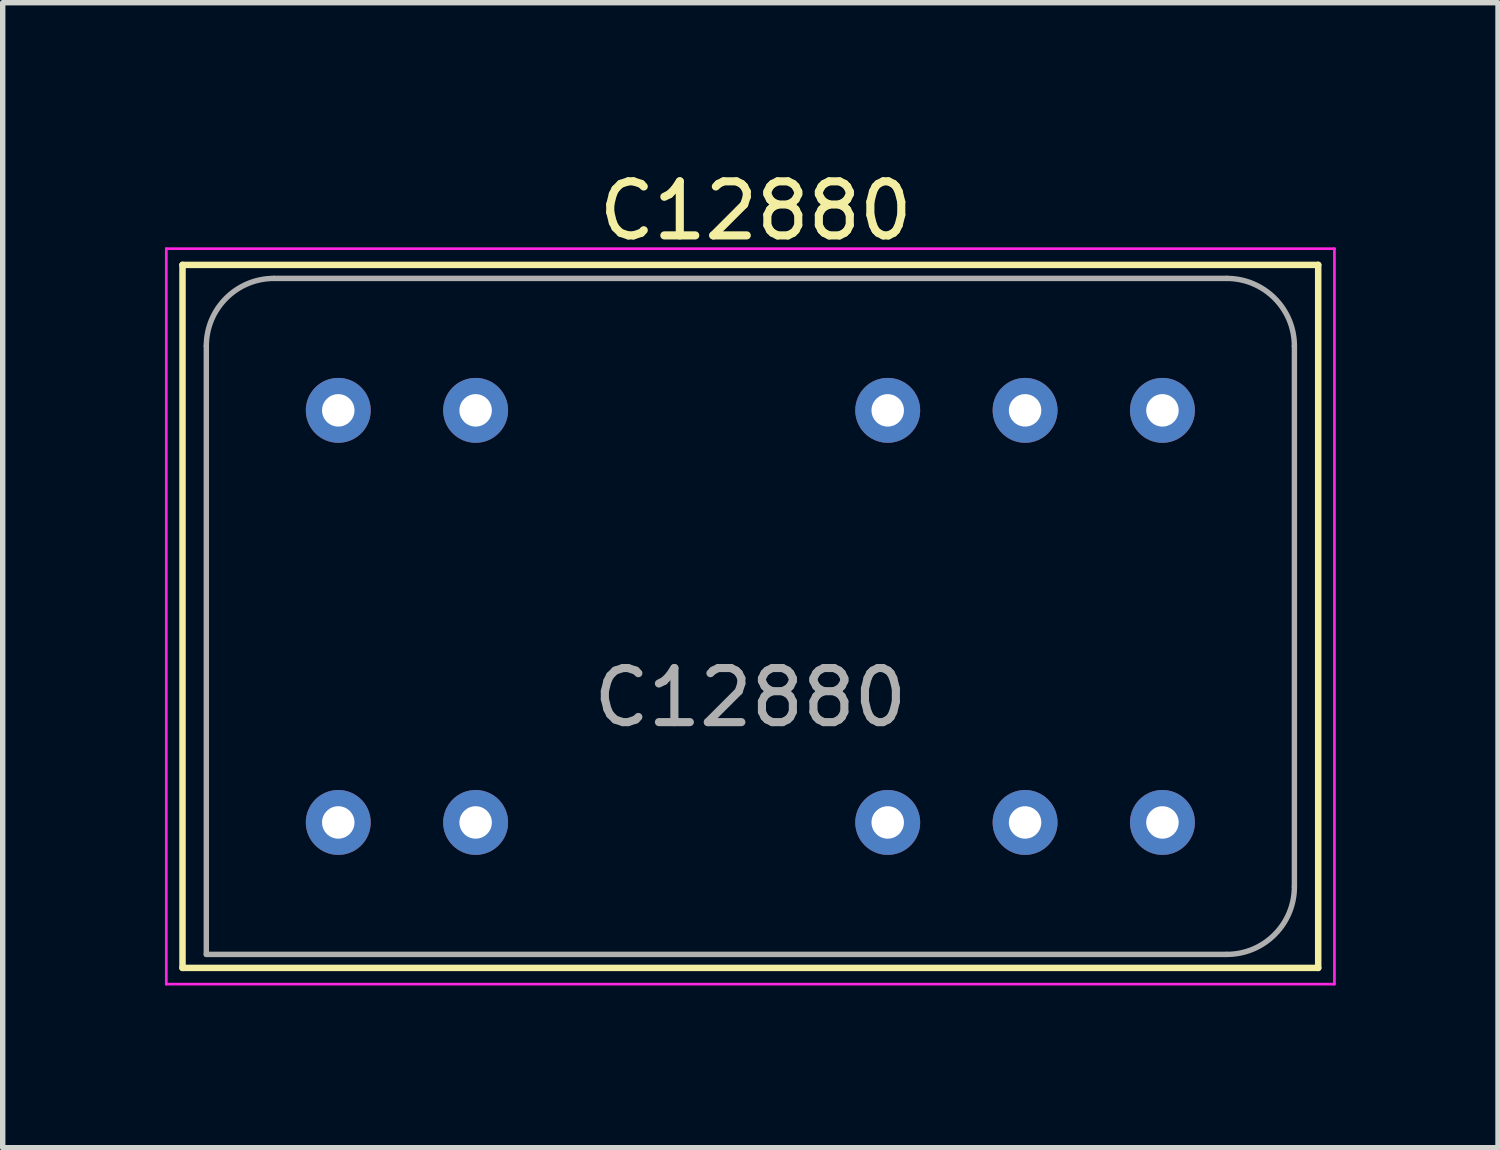
<source format=kicad_pcb>
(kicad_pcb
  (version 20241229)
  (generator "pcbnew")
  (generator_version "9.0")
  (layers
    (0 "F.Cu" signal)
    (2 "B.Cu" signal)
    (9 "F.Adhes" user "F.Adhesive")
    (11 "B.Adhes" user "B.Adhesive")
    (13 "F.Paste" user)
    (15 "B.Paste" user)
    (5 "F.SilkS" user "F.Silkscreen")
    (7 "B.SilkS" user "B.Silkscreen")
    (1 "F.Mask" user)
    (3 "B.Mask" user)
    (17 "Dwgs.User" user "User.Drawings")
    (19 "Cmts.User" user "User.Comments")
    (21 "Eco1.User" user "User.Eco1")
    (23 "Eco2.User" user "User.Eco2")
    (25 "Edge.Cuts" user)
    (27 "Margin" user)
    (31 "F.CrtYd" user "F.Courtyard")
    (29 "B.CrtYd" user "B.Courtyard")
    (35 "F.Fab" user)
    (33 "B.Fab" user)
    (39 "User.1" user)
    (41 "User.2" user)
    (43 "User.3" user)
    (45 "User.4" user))
  (footprint "C12880"
    (layer "F.Cu")
    (at 10.825 8.348)
    (property "Reference" "C12880" (at 0.1 -7.5 0) (layer "F.SilkS") (effects (font (size 1 1) (thickness 0.15))))
    (attr through_hole)
    (fp_line (start -10.5 -6.5) (end 10.5 -6.5) (stroke (width 0.12) (type solid)) (layer "F.SilkS"))
    (fp_line (start -10.5 6.5) (end -10.5 -6.5) (stroke (width 0.12) (type solid)) (layer "F.SilkS"))
    (fp_line (start 10.5 -6.5) (end 10.5 6.5) (stroke (width 0.12) (type solid)) (layer "F.SilkS"))
    (fp_line (start 10.5 6.5) (end -10.5 6.5) (stroke (width 0.12) (type solid)) (layer "F.SilkS"))
    (fp_line (start -10.8 -6.8) (end 10.8 -6.8) (stroke (width 0.05) (type solid)) (layer "F.CrtYd"))
    (fp_line (start -10.8 6.8) (end -10.8 -6.8) (stroke (width 0.05) (type solid)) (layer "F.CrtYd"))
    (fp_line (start 10.8 -6.8) (end 10.8 6.8) (stroke (width 0.05) (type solid)) (layer "F.CrtYd"))
    (fp_line (start 10.8 6.8) (end -10.8 6.8) (stroke (width 0.05) (type solid)) (layer "F.CrtYd"))
    (fp_line (start -10.06 6.25) (end -10.06 -5) (stroke (width 0.1) (type solid)) (layer "F.Fab"))
    (fp_line (start -8.81 -6.25) (end 8.81 -6.25) (stroke (width 0.1) (type solid)) (layer "F.Fab"))
    (fp_line (start 8.81 6.25) (end -10.06 6.25) (stroke (width 0.1) (type solid)) (layer "F.Fab"))
    (fp_line (start 10.06 -5) (end 10.06 5) (stroke (width 0.1) (type solid)) (layer "F.Fab"))
    (fp_arc (start -10.06 -5) (mid -9.693883 -5.883883) (end -8.81 -6.25) (stroke (width 0.1) (type solid)) (layer "F.Fab"))
    (fp_arc (start 8.81 -6.25) (mid 9.693883 -5.883883) (end 10.06 -5) (stroke (width 0.1) (type solid)) (layer "F.Fab"))
    (fp_arc (start 10.06 5) (mid 9.693883 5.883883) (end 8.81 6.25) (stroke (width 0.1) (type solid)) (layer "F.Fab"))
    (fp_text user "${REFERENCE}" (at 0 1.5 0) (layer "F.Fab") (effects (font (size 1 1) (thickness 0.15))))
    (pad "1" thru_hole circle (at -7.62 3.81) (size 1.2 1.2) (drill 0.6) (layers "*.Cu" "*.Mask"))
    (pad "2" thru_hole circle (at -5.08 3.81) (size 1.2 1.2) (drill 0.6) (layers "*.Cu" "*.Mask"))
    (pad "3" thru_hole circle (at 2.54 3.81) (size 1.2 1.2) (drill 0.6) (layers "*.Cu" "*.Mask"))
    (pad "4" thru_hole circle (at 5.08 3.81) (size 1.2 1.2) (drill 0.6) (layers "*.Cu" "*.Mask"))
    (pad "5" thru_hole circle (at 7.62 3.81) (size 1.2 1.2) (drill 0.6) (layers "*.Cu" "*.Mask"))
    (pad "6" thru_hole circle (at 7.62 -3.81) (size 1.2 1.2) (drill 0.6) (layers "*.Cu" "*.Mask"))
    (pad "7" thru_hole circle (at 5.08 -3.81) (size 1.2 1.2) (drill 0.6) (layers "*.Cu" "*.Mask"))
    (pad "8" thru_hole circle (at 2.54 -3.81) (size 1.2 1.2) (drill 0.6) (layers "*.Cu" "*.Mask"))
    (pad "9" thru_hole circle (at -5.08 -3.81) (size 1.2 1.2) (drill 0.6) (layers "*.Cu" "*.Mask"))
    (pad "10" thru_hole circle (at -7.62 -3.81) (size 1.2 1.2) (drill 0.6) (layers "*.Cu" "*.Mask")))
  (gr_rect
    (start -3 -3)
    (end 24.65 18.173)
    (stroke (width 0.1) (type default))
    (fill no)
    (layer "Edge.Cuts")))
</source>
